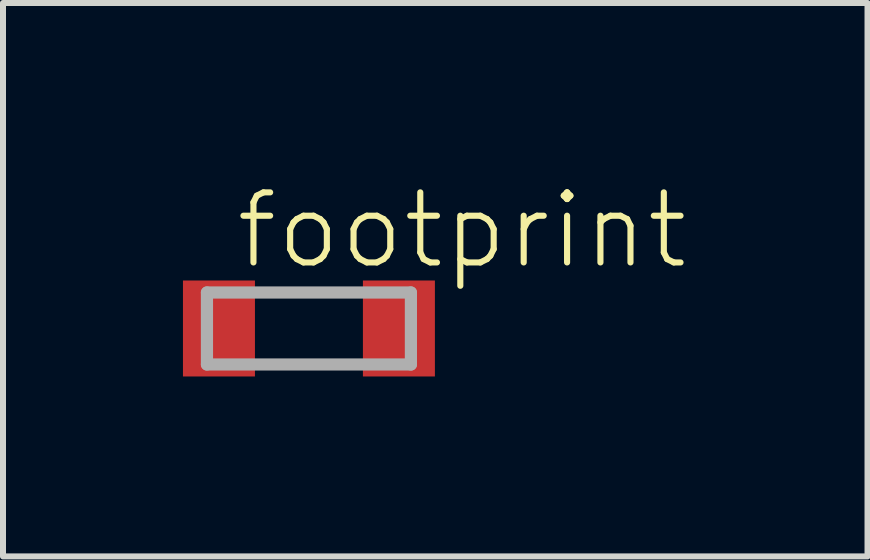
<source format=kicad_pcb>
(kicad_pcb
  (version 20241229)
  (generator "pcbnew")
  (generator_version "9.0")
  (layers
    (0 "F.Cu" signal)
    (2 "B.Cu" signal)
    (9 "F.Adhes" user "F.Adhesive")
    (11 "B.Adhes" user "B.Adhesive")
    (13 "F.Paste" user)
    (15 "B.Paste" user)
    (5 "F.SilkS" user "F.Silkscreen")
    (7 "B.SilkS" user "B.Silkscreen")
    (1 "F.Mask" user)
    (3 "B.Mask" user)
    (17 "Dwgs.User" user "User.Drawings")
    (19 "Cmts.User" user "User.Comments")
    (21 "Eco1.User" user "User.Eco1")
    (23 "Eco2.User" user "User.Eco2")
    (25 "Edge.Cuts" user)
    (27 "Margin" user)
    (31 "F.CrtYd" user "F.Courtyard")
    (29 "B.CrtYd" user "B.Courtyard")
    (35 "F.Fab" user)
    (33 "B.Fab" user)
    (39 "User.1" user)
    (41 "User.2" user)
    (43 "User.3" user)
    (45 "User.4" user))
  (footprint "footprint"
    (layer "F.Cu")
    (at 2.1 2.426)
    (property "Reference" "footprint" (at -1.27 -0.953 0) (layer "F.SilkS") (effects (font (size 1.168 1.168) (thickness 0.102)) (justify left bottom)))
    (fp_line (start -1.7 -0.6) (end -1.7 0.6) (stroke (width 0.203) (type solid)) (layer "F.Fab"))
    (fp_line (start -1.7 0.6) (end 1.7 0.6) (stroke (width 0.203) (type solid)) (layer "F.Fab"))
    (fp_line (start 1.7 -0.6) (end -1.7 -0.6) (stroke (width 0.203) (type solid)) (layer "F.Fab"))
    (fp_line (start 1.7 0.6) (end 1.7 -0.6) (stroke (width 0.203) (type solid)) (layer "F.Fab"))
    (pad "1" smd rect (at -1.5 0) (size 1.2 1.6) (layers "F.Cu" "F.Mask" "F.Paste"))
    (pad "2" smd rect (at 1.5 0) (size 1.2 1.6) (layers "F.Cu" "F.Mask" "F.Paste")))
  (gr_rect
    (start -3 -3)
    (end 11.412 6.226)
    (stroke (width 0.1) (type default))
    (fill no)
    (layer "Edge.Cuts")))
</source>
